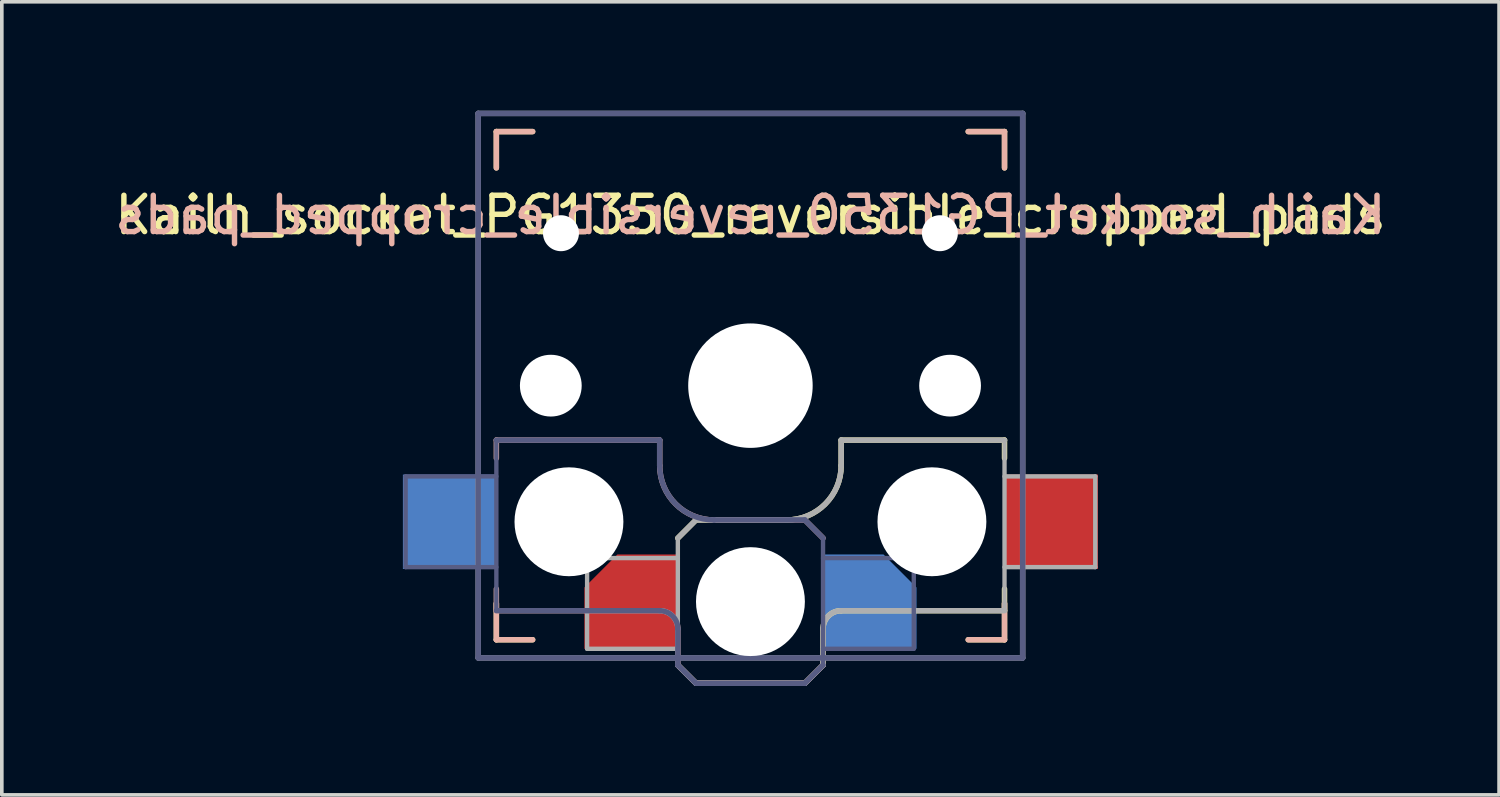
<source format=kicad_pcb>
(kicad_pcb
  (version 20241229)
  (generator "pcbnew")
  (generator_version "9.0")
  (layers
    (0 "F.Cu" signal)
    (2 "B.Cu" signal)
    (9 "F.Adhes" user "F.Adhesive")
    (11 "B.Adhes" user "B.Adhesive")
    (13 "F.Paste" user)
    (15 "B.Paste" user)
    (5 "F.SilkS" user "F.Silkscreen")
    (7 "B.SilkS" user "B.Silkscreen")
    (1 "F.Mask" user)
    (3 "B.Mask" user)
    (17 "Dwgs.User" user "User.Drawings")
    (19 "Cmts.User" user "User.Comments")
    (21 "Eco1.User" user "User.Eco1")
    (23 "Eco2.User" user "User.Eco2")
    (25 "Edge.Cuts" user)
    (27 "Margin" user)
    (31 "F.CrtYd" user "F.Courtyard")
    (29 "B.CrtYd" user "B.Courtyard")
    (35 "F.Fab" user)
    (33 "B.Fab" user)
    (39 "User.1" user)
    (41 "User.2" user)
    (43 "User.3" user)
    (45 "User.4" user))
  (footprint "Kailh_socket_PG1350_reversible_cropped_pads"
    (layer "F.Cu")
    (at 17.625 7.575)
    (property "Reference" "Kailh_socket_PG1350_reversible_cropped_pads" (at 0 -4.7 0) (layer "F.SilkS") (effects (font (size 1 1) (thickness 0.15))))
    (attr smd)
    (fp_line (start -7 -7) (end -6 -7) (stroke (width 0.15) (type solid)) (layer "F.SilkS"))
    (fp_line (start -7 -6) (end -7 -7) (stroke (width 0.15) (type solid)) (layer "F.SilkS"))
    (fp_line (start -7 7) (end -7 6) (stroke (width 0.15) (type solid)) (layer "F.SilkS"))
    (fp_line (start -6 7) (end -7 7) (stroke (width 0.15) (type solid)) (layer "F.SilkS"))
    (fp_line (start -2 4.2) (end -1.5 3.7) (stroke (width 0.15) (type solid)) (layer "F.SilkS"))
    (fp_line (start -2 7.7) (end -1.5 8.2) (stroke (width 0.15) (type solid)) (layer "F.SilkS"))
    (fp_line (start -1.5 3.7) (end 1 3.7) (stroke (width 0.15) (type solid)) (layer "F.SilkS"))
    (fp_line (start -1.5 8.2) (end 1.5 8.2) (stroke (width 0.15) (type solid)) (layer "F.SilkS"))
    (fp_line (start 1.5 8.2) (end 2 7.7) (stroke (width 0.15) (type solid)) (layer "F.SilkS"))
    (fp_line (start 2 6.7) (end 2 7.7) (stroke (width 0.15) (type solid)) (layer "F.SilkS"))
    (fp_line (start 2.5 1.5) (end 7 1.5) (stroke (width 0.15) (type solid)) (layer "F.SilkS"))
    (fp_line (start 2.5 2.2) (end 2.5 1.5) (stroke (width 0.15) (type solid)) (layer "F.SilkS"))
    (fp_line (start 6 -7) (end 7 -7) (stroke (width 0.15) (type solid)) (layer "F.SilkS"))
    (fp_line (start 7 -7) (end 7 -6) (stroke (width 0.15) (type solid)) (layer "F.SilkS"))
    (fp_line (start 7 1.5) (end 7 2) (stroke (width 0.15) (type solid)) (layer "F.SilkS"))
    (fp_line (start 7 5.6) (end 7 6.2) (stroke (width 0.15) (type solid)) (layer "F.SilkS"))
    (fp_line (start 7 6) (end 7 7) (stroke (width 0.15) (type solid)) (layer "F.SilkS"))
    (fp_line (start 7 6.2) (end 2.5 6.2) (stroke (width 0.15) (type solid)) (layer "F.SilkS"))
    (fp_line (start 7 7) (end 6 7) (stroke (width 0.15) (type solid)) (layer "F.SilkS"))
    (fp_arc (start 2 6.7) (mid 2.146447 6.346447) (end 2.5 6.2) (stroke (width 0.15) (type solid)) (layer "F.SilkS"))
    (fp_arc (start 2.5 2.2) (mid 2.06066 3.26066) (end 1 3.7) (stroke (width 0.15) (type solid)) (layer "F.SilkS"))
    (fp_line (start -7 -7) (end -6 -7) (stroke (width 0.15) (type solid)) (layer "B.SilkS"))
    (fp_line (start -7 -6) (end -7 -7) (stroke (width 0.15) (type solid)) (layer "B.SilkS"))
    (fp_line (start -7 1.5) (end -7 2) (stroke (width 0.15) (type solid)) (layer "B.SilkS"))
    (fp_line (start -7 5.6) (end -7 6.2) (stroke (width 0.15) (type solid)) (layer "B.SilkS"))
    (fp_line (start -7 6.2) (end -2.5 6.2) (stroke (width 0.15) (type solid)) (layer "B.SilkS"))
    (fp_line (start -7 7) (end -7 6) (stroke (width 0.15) (type solid)) (layer "B.SilkS"))
    (fp_line (start -6 7) (end -7 7) (stroke (width 0.15) (type solid)) (layer "B.SilkS"))
    (fp_line (start -2.5 1.5) (end -7 1.5) (stroke (width 0.15) (type solid)) (layer "B.SilkS"))
    (fp_line (start -2.5 2.2) (end -2.5 1.5) (stroke (width 0.15) (type solid)) (layer "B.SilkS"))
    (fp_line (start -2 6.7) (end -2 7.7) (stroke (width 0.15) (type solid)) (layer "B.SilkS"))
    (fp_line (start -1.5 8.2) (end -2 7.7) (stroke (width 0.15) (type solid)) (layer "B.SilkS"))
    (fp_line (start 1.5 3.7) (end -1 3.7) (stroke (width 0.15) (type solid)) (layer "B.SilkS"))
    (fp_line (start 1.5 8.2) (end -1.5 8.2) (stroke (width 0.15) (type solid)) (layer "B.SilkS"))
    (fp_line (start 2 4.2) (end 1.5 3.7) (stroke (width 0.15) (type solid)) (layer "B.SilkS"))
    (fp_line (start 2 7.7) (end 1.5 8.2) (stroke (width 0.15) (type solid)) (layer "B.SilkS"))
    (fp_line (start 6 -7) (end 7 -7) (stroke (width 0.15) (type solid)) (layer "B.SilkS"))
    (fp_line (start 7 -7) (end 7 -6) (stroke (width 0.15) (type solid)) (layer "B.SilkS"))
    (fp_line (start 7 6) (end 7 7) (stroke (width 0.15) (type solid)) (layer "B.SilkS"))
    (fp_line (start 7 7) (end 6 7) (stroke (width 0.15) (type solid)) (layer "B.SilkS"))
    (fp_arc (start -2.5 6.2) (mid -2.146447 6.346447) (end -2 6.7) (stroke (width 0.15) (type solid)) (layer "B.SilkS"))
    (fp_arc (start -1 3.7) (mid -2.06066 3.26066) (end -2.5 2.2) (stroke (width 0.15) (type solid)) (layer "B.SilkS"))
    (fp_line (start -6.9 6.9) (end -6.9 -6.9) (stroke (width 0.15) (type solid)) (layer "Eco2.User"))
    (fp_line (start -6.9 6.9) (end 6.9 6.9) (stroke (width 0.15) (type solid)) (layer "Eco2.User"))
    (fp_line (start -2.6 -3.1) (end -2.6 -6.3) (stroke (width 0.15) (type solid)) (layer "Eco2.User"))
    (fp_line (start -2.6 -3.1) (end 2.6 -3.1) (stroke (width 0.15) (type solid)) (layer "Eco2.User"))
    (fp_line (start 2.6 -6.3) (end -2.6 -6.3) (stroke (width 0.15) (type solid)) (layer "Eco2.User"))
    (fp_line (start 2.6 -3.1) (end 2.6 -6.3) (stroke (width 0.15) (type solid)) (layer "Eco2.User"))
    (fp_line (start 6.9 -6.9) (end -6.9 -6.9) (stroke (width 0.15) (type solid)) (layer "Eco2.User"))
    (fp_line (start 6.9 -6.9) (end 6.9 6.9) (stroke (width 0.15) (type solid)) (layer "Eco2.User"))
    (fp_line (start -9.5 2.5) (end -7 2.5) (stroke (width 0.12) (type solid)) (layer "B.Fab"))
    (fp_line (start -9.5 5) (end -9.5 2.5) (stroke (width 0.12) (type solid)) (layer "B.Fab"))
    (fp_line (start -7.5 -7.5) (end 7.5 -7.5) (stroke (width 0.15) (type solid)) (layer "B.Fab"))
    (fp_line (start -7.5 7.5) (end -7.5 -7.5) (stroke (width 0.15) (type solid)) (layer "B.Fab"))
    (fp_line (start -7 1.5) (end -7 6.2) (stroke (width 0.12) (type solid)) (layer "B.Fab"))
    (fp_line (start -7 5) (end -9.5 5) (stroke (width 0.12) (type solid)) (layer "B.Fab"))
    (fp_line (start -7 6.2) (end -2.5 6.2) (stroke (width 0.15) (type solid)) (layer "B.Fab"))
    (fp_line (start -2.5 1.5) (end -7 1.5) (stroke (width 0.15) (type solid)) (layer "B.Fab"))
    (fp_line (start -2.5 2.2) (end -2.5 1.5) (stroke (width 0.15) (type solid)) (layer "B.Fab"))
    (fp_line (start -2 6.7) (end -2 7.7) (stroke (width 0.15) (type solid)) (layer "B.Fab"))
    (fp_line (start -1.5 8.2) (end -2 7.7) (stroke (width 0.15) (type solid)) (layer "B.Fab"))
    (fp_line (start 1.5 3.7) (end -1 3.7) (stroke (width 0.15) (type solid)) (layer "B.Fab"))
    (fp_line (start 1.5 8.2) (end -1.5 8.2) (stroke (width 0.15) (type solid)) (layer "B.Fab"))
    (fp_line (start 2 4.2) (end 1.5 3.7) (stroke (width 0.15) (type solid)) (layer "B.Fab"))
    (fp_line (start 2 4.25) (end 2 7.7) (stroke (width 0.12) (type solid)) (layer "B.Fab"))
    (fp_line (start 2 4.75) (end 4.5 4.75) (stroke (width 0.12) (type solid)) (layer "B.Fab"))
    (fp_line (start 2 7.7) (end 1.5 8.2) (stroke (width 0.15) (type solid)) (layer "B.Fab"))
    (fp_line (start 4.5 4.75) (end 4.5 7.25) (stroke (width 0.12) (type solid)) (layer "B.Fab"))
    (fp_line (start 4.5 7.25) (end 2 7.25) (stroke (width 0.12) (type solid)) (layer "B.Fab"))
    (fp_line (start 7.5 -7.5) (end 7.5 7.5) (stroke (width 0.15) (type solid)) (layer "B.Fab"))
    (fp_line (start 7.5 7.5) (end -7.5 7.5) (stroke (width 0.15) (type solid)) (layer "B.Fab"))
    (fp_arc (start -2.5 6.2) (mid -2.146447 6.346447) (end -2 6.7) (stroke (width 0.15) (type solid)) (layer "B.Fab"))
    (fp_arc (start -1 3.7) (mid -2.06066 3.26066) (end -2.5 2.2) (stroke (width 0.15) (type solid)) (layer "B.Fab"))
    (fp_line (start -7.5 -7.5) (end 7.5 -7.5) (stroke (width 0.15) (type solid)) (layer "F.Fab"))
    (fp_line (start -7.5 7.5) (end -7.5 -7.5) (stroke (width 0.15) (type solid)) (layer "F.Fab"))
    (fp_line (start -4.5 4.75) (end -4.5 7.25) (stroke (width 0.12) (type solid)) (layer "F.Fab"))
    (fp_line (start -4.5 7.25) (end -2 7.25) (stroke (width 0.12) (type solid)) (layer "F.Fab"))
    (fp_line (start -2 4.2) (end -1.5 3.7) (stroke (width 0.15) (type solid)) (layer "F.Fab"))
    (fp_line (start -2 4.25) (end -2 7.7) (stroke (width 0.12) (type solid)) (layer "F.Fab"))
    (fp_line (start -2 4.75) (end -4.5 4.75) (stroke (width 0.12) (type solid)) (layer "F.Fab"))
    (fp_line (start -2 7.7) (end -1.5 8.2) (stroke (width 0.15) (type solid)) (layer "F.Fab"))
    (fp_line (start -1.5 3.7) (end 1 3.7) (stroke (width 0.15) (type solid)) (layer "F.Fab"))
    (fp_line (start -1.5 8.2) (end 1.5 8.2) (stroke (width 0.15) (type solid)) (layer "F.Fab"))
    (fp_line (start 1.5 8.2) (end 2 7.7) (stroke (width 0.15) (type solid)) (layer "F.Fab"))
    (fp_line (start 2 6.7) (end 2 7.7) (stroke (width 0.15) (type solid)) (layer "F.Fab"))
    (fp_line (start 2.5 1.5) (end 7 1.5) (stroke (width 0.15) (type solid)) (layer "F.Fab"))
    (fp_line (start 2.5 2.2) (end 2.5 1.5) (stroke (width 0.15) (type solid)) (layer "F.Fab"))
    (fp_line (start 7 1.5) (end 7 6.2) (stroke (width 0.12) (type solid)) (layer "F.Fab"))
    (fp_line (start 7 5) (end 9.5 5) (stroke (width 0.12) (type solid)) (layer "F.Fab"))
    (fp_line (start 7 6.2) (end 2.5 6.2) (stroke (width 0.15) (type solid)) (layer "F.Fab"))
    (fp_line (start 7.5 -7.5) (end 7.5 7.5) (stroke (width 0.15) (type solid)) (layer "F.Fab"))
    (fp_line (start 7.5 7.5) (end -7.5 7.5) (stroke (width 0.15) (type solid)) (layer "F.Fab"))
    (fp_line (start 9.5 2.5) (end 7 2.5) (stroke (width 0.12) (type solid)) (layer "F.Fab"))
    (fp_line (start 9.5 5) (end 9.5 2.5) (stroke (width 0.12) (type solid)) (layer "F.Fab"))
    (fp_arc (start 2 6.7) (mid 2.146447 6.346447) (end 2.5 6.2) (stroke (width 0.15) (type solid)) (layer "F.Fab"))
    (fp_arc (start 2.5 2.2) (mid 2.06066 3.26066) (end 1 3.7) (stroke (width 0.15) (type solid)) (layer "F.Fab"))
    (fp_text user "${REFERENCE}" (at 0 -4.7 0) (layer "B.SilkS") (effects (font (size 1 1) (thickness 0.15)) (justify mirror)))
    (pad "" np_thru_hole circle (at -5.5 0) (size 1.702 1.702) (drill 1.702) (layers "*.Cu" "*.Mask"))
    (pad "" np_thru_hole circle (at -5.22 -4.2) (size 0.991 0.991) (drill 0.991) (layers "*.Cu" "*.Mask"))
    (pad "" np_thru_hole circle (at -5 3.75) (size 3 3) (drill 3) (layers "*.Cu" "*.Mask"))
    (pad "" np_thru_hole circle (at 0 0) (size 3.429 3.429) (drill 3.429) (layers "*.Cu" "*.Mask"))
    (pad "" np_thru_hole circle (at 0 5.95) (size 3 3) (drill 3) (layers "*.Cu" "*.Mask"))
    (pad "" np_thru_hole circle (at 5 3.75) (size 3 3) (drill 3) (layers "*.Cu" "*.Mask"))
    (pad "" np_thru_hole circle (at 5.22 -4.2) (size 0.991 0.991) (drill 0.991) (layers "*.Cu" "*.Mask"))
    (pad "" np_thru_hole circle (at 5.5 0) (size 1.702 1.702) (drill 1.702) (layers "*.Cu" "*.Mask"))
    (pad "1" smd roundrect (at -3.275 5.95) (size 2.6 2.6) (layers "F.Cu" "F.Mask" "F.Paste") (roundrect_rratio 0) (chamfer_ratio 0.35) (chamfer top_left))
    (pad "1" smd roundrect (at 3.275 5.95) (size 2.6 2.6) (layers "B.Cu" "B.Mask" "B.Paste") (roundrect_rratio 0) (chamfer_ratio 0.35) (chamfer top_right))
    (pad "2" smd rect (at -8.275 3.75) (size 2.6 2.6) (layers "B.Cu" "B.Mask" "B.Paste"))
    (pad "2" smd rect (at 8.275 3.75) (size 2.6 2.6) (layers "F.Cu" "F.Mask" "F.Paste")))
  (gr_rect
    (start -3 -3)
    (end 38.25 18.85)
    (stroke (width 0.1) (type default))
    (fill no)
    (layer "Edge.Cuts")))
</source>
